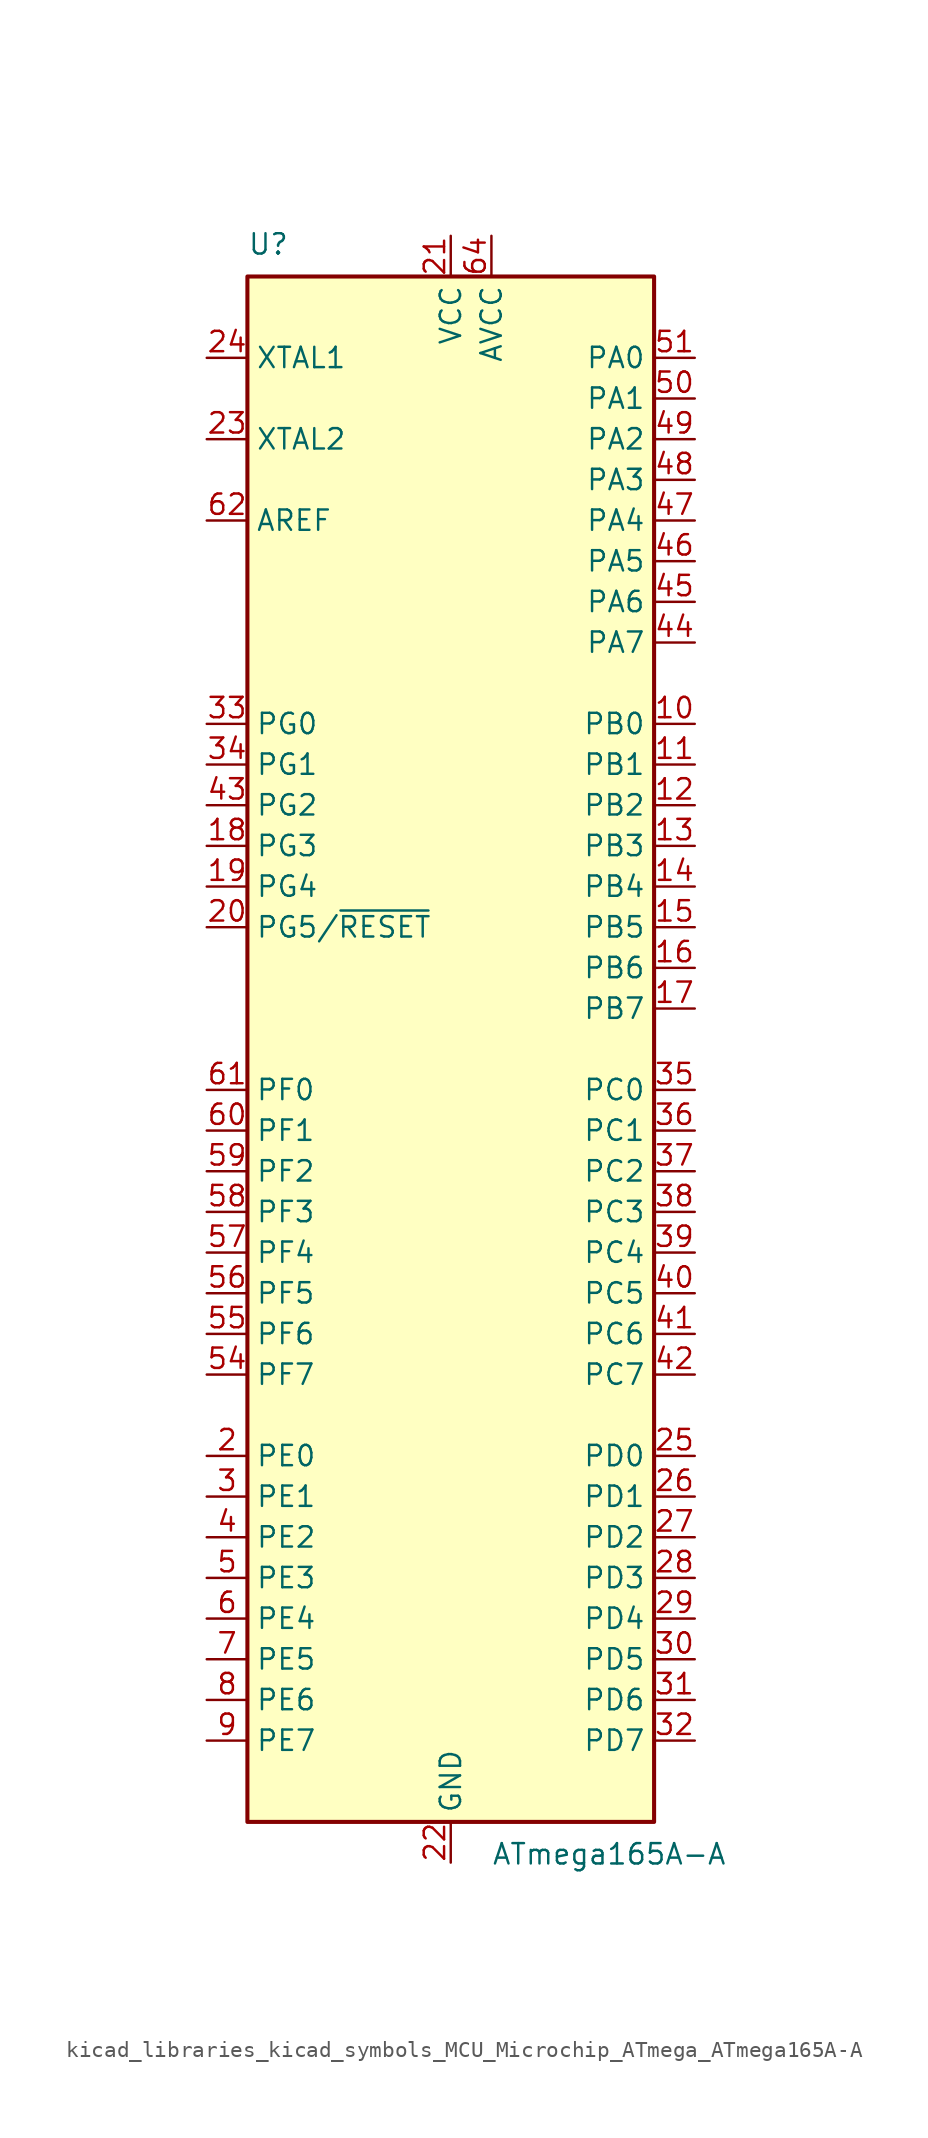
<source format=kicad_sym>
(kicad_symbol_lib
  (version 20220914)
  (generator kicad_symbol_editor)
  (symbol "kicad_libraries_kicad_symbols_MCU_Microchip_ATmega_ATmega165A-A"
    (property "Reference" "U"
      (at -12.7 49.53 0)
      (effects (font (size 1.27 1.27)) (justify left bottom)))
    (property "Value" "ATmega165A-A"
      (at 2.54 -49.53 0)
      (effects (font (size 1.27 1.27)) (justify left top)))
    (symbol "kicad_libraries_kicad_symbols_MCU_Microchip_ATmega_ATmega165A-A_0_1"
      (rectangle (start -12.7 -48.26) (end 12.7 48.26) (stroke (width 0.254) (type default)) (fill (type background))))
    (symbol "kicad_libraries_kicad_symbols_MCU_Microchip_ATmega_ATmega165A-A_1_1"
      (pin no_connect line (at -12.7 -45.72 0) (length 2.54) hide (name "NC" (effects (font (size 1.27 1.27)))) (number "1" (effects (font (size 1.27 1.27)))))
      (pin bidirectional line (at 15.24 20.32 180) (length 2.54) (name "PB0" (effects (font (size 1.27 1.27)))) (number "10" (effects (font (size 1.27 1.27)))))
      (pin bidirectional line (at 15.24 17.78 180) (length 2.54) (name "PB1" (effects (font (size 1.27 1.27)))) (number "11" (effects (font (size 1.27 1.27)))))
      (pin bidirectional line (at 15.24 15.24 180) (length 2.54) (name "PB2" (effects (font (size 1.27 1.27)))) (number "12" (effects (font (size 1.27 1.27)))))
      (pin bidirectional line (at 15.24 12.7 180) (length 2.54) (name "PB3" (effects (font (size 1.27 1.27)))) (number "13" (effects (font (size 1.27 1.27)))))
      (pin bidirectional line (at 15.24 10.16 180) (length 2.54) (name "PB4" (effects (font (size 1.27 1.27)))) (number "14" (effects (font (size 1.27 1.27)))))
      (pin bidirectional line (at 15.24 7.62 180) (length 2.54) (name "PB5" (effects (font (size 1.27 1.27)))) (number "15" (effects (font (size 1.27 1.27)))))
      (pin bidirectional line (at 15.24 5.08 180) (length 2.54) (name "PB6" (effects (font (size 1.27 1.27)))) (number "16" (effects (font (size 1.27 1.27)))))
      (pin bidirectional line (at 15.24 2.54 180) (length 2.54) (name "PB7" (effects (font (size 1.27 1.27)))) (number "17" (effects (font (size 1.27 1.27)))))
      (pin bidirectional line (at -15.24 12.7 0) (length 2.54) (name "PG3" (effects (font (size 1.27 1.27)))) (number "18" (effects (font (size 1.27 1.27)))))
      (pin bidirectional line (at -15.24 10.16 0) (length 2.54) (name "PG4" (effects (font (size 1.27 1.27)))) (number "19" (effects (font (size 1.27 1.27)))))
      (pin bidirectional line (at -15.24 -25.4 0) (length 2.54) (name "PE0" (effects (font (size 1.27 1.27)))) (number "2" (effects (font (size 1.27 1.27)))))
      (pin bidirectional line (at -15.24 7.62 0) (length 2.54) (name "PG5/~{RESET}" (effects (font (size 1.27 1.27)))) (number "20" (effects (font (size 1.27 1.27)))))
      (pin power_in line (at 0 50.8 270) (length 2.54) (name "VCC" (effects (font (size 1.27 1.27)))) (number "21" (effects (font (size 1.27 1.27)))))
      (pin power_in line (at 0 -50.8 90) (length 2.54) (name "GND" (effects (font (size 1.27 1.27)))) (number "22" (effects (font (size 1.27 1.27)))))
      (pin output line (at -15.24 38.1 0) (length 2.54) (name "XTAL2" (effects (font (size 1.27 1.27)))) (number "23" (effects (font (size 1.27 1.27)))))
      (pin input line (at -15.24 43.18 0) (length 2.54) (name "XTAL1" (effects (font (size 1.27 1.27)))) (number "24" (effects (font (size 1.27 1.27)))))
      (pin bidirectional line (at 15.24 -25.4 180) (length 2.54) (name "PD0" (effects (font (size 1.27 1.27)))) (number "25" (effects (font (size 1.27 1.27)))))
      (pin bidirectional line (at 15.24 -27.94 180) (length 2.54) (name "PD1" (effects (font (size 1.27 1.27)))) (number "26" (effects (font (size 1.27 1.27)))))
      (pin bidirectional line (at 15.24 -30.48 180) (length 2.54) (name "PD2" (effects (font (size 1.27 1.27)))) (number "27" (effects (font (size 1.27 1.27)))))
      (pin bidirectional line (at 15.24 -33.02 180) (length 2.54) (name "PD3" (effects (font (size 1.27 1.27)))) (number "28" (effects (font (size 1.27 1.27)))))
      (pin bidirectional line (at 15.24 -35.56 180) (length 2.54) (name "PD4" (effects (font (size 1.27 1.27)))) (number "29" (effects (font (size 1.27 1.27)))))
      (pin bidirectional line (at -15.24 -27.94 0) (length 2.54) (name "PE1" (effects (font (size 1.27 1.27)))) (number "3" (effects (font (size 1.27 1.27)))))
      (pin bidirectional line (at 15.24 -38.1 180) (length 2.54) (name "PD5" (effects (font (size 1.27 1.27)))) (number "30" (effects (font (size 1.27 1.27)))))
      (pin bidirectional line (at 15.24 -40.64 180) (length 2.54) (name "PD6" (effects (font (size 1.27 1.27)))) (number "31" (effects (font (size 1.27 1.27)))))
      (pin bidirectional line (at 15.24 -43.18 180) (length 2.54) (name "PD7" (effects (font (size 1.27 1.27)))) (number "32" (effects (font (size 1.27 1.27)))))
      (pin bidirectional line (at -15.24 20.32 0) (length 2.54) (name "PG0" (effects (font (size 1.27 1.27)))) (number "33" (effects (font (size 1.27 1.27)))))
      (pin bidirectional line (at -15.24 17.78 0) (length 2.54) (name "PG1" (effects (font (size 1.27 1.27)))) (number "34" (effects (font (size 1.27 1.27)))))
      (pin bidirectional line (at 15.24 -2.54 180) (length 2.54) (name "PC0" (effects (font (size 1.27 1.27)))) (number "35" (effects (font (size 1.27 1.27)))))
      (pin bidirectional line (at 15.24 -5.08 180) (length 2.54) (name "PC1" (effects (font (size 1.27 1.27)))) (number "36" (effects (font (size 1.27 1.27)))))
      (pin bidirectional line (at 15.24 -7.62 180) (length 2.54) (name "PC2" (effects (font (size 1.27 1.27)))) (number "37" (effects (font (size 1.27 1.27)))))
      (pin bidirectional line (at 15.24 -10.16 180) (length 2.54) (name "PC3" (effects (font (size 1.27 1.27)))) (number "38" (effects (font (size 1.27 1.27)))))
      (pin bidirectional line (at 15.24 -12.7 180) (length 2.54) (name "PC4" (effects (font (size 1.27 1.27)))) (number "39" (effects (font (size 1.27 1.27)))))
      (pin bidirectional line (at -15.24 -30.48 0) (length 2.54) (name "PE2" (effects (font (size 1.27 1.27)))) (number "4" (effects (font (size 1.27 1.27)))))
      (pin bidirectional line (at 15.24 -15.24 180) (length 2.54) (name "PC5" (effects (font (size 1.27 1.27)))) (number "40" (effects (font (size 1.27 1.27)))))
      (pin bidirectional line (at 15.24 -17.78 180) (length 2.54) (name "PC6" (effects (font (size 1.27 1.27)))) (number "41" (effects (font (size 1.27 1.27)))))
      (pin bidirectional line (at 15.24 -20.32 180) (length 2.54) (name "PC7" (effects (font (size 1.27 1.27)))) (number "42" (effects (font (size 1.27 1.27)))))
      (pin bidirectional line (at -15.24 15.24 0) (length 2.54) (name "PG2" (effects (font (size 1.27 1.27)))) (number "43" (effects (font (size 1.27 1.27)))))
      (pin bidirectional line (at 15.24 25.4 180) (length 2.54) (name "PA7" (effects (font (size 1.27 1.27)))) (number "44" (effects (font (size 1.27 1.27)))))
      (pin bidirectional line (at 15.24 27.94 180) (length 2.54) (name "PA6" (effects (font (size 1.27 1.27)))) (number "45" (effects (font (size 1.27 1.27)))))
      (pin bidirectional line (at 15.24 30.48 180) (length 2.54) (name "PA5" (effects (font (size 1.27 1.27)))) (number "46" (effects (font (size 1.27 1.27)))))
      (pin bidirectional line (at 15.24 33.02 180) (length 2.54) (name "PA4" (effects (font (size 1.27 1.27)))) (number "47" (effects (font (size 1.27 1.27)))))
      (pin bidirectional line (at 15.24 35.56 180) (length 2.54) (name "PA3" (effects (font (size 1.27 1.27)))) (number "48" (effects (font (size 1.27 1.27)))))
      (pin bidirectional line (at 15.24 38.1 180) (length 2.54) (name "PA2" (effects (font (size 1.27 1.27)))) (number "49" (effects (font (size 1.27 1.27)))))
      (pin bidirectional line (at -15.24 -33.02 0) (length 2.54) (name "PE3" (effects (font (size 1.27 1.27)))) (number "5" (effects (font (size 1.27 1.27)))))
      (pin bidirectional line (at 15.24 40.64 180) (length 2.54) (name "PA1" (effects (font (size 1.27 1.27)))) (number "50" (effects (font (size 1.27 1.27)))))
      (pin bidirectional line (at 15.24 43.18 180) (length 2.54) (name "PA0" (effects (font (size 1.27 1.27)))) (number "51" (effects (font (size 1.27 1.27)))))
      (pin passive line (at 0 50.8 270) (length 2.54) hide (name "VCC" (effects (font (size 1.27 1.27)))) (number "52" (effects (font (size 1.27 1.27)))))
      (pin passive line (at 0 -50.8 90) (length 2.54) hide (name "GND" (effects (font (size 1.27 1.27)))) (number "53" (effects (font (size 1.27 1.27)))))
      (pin bidirectional line (at -15.24 -20.32 0) (length 2.54) (name "PF7" (effects (font (size 1.27 1.27)))) (number "54" (effects (font (size 1.27 1.27)))))
      (pin bidirectional line (at -15.24 -17.78 0) (length 2.54) (name "PF6" (effects (font (size 1.27 1.27)))) (number "55" (effects (font (size 1.27 1.27)))))
      (pin bidirectional line (at -15.24 -15.24 0) (length 2.54) (name "PF5" (effects (font (size 1.27 1.27)))) (number "56" (effects (font (size 1.27 1.27)))))
      (pin bidirectional line (at -15.24 -12.7 0) (length 2.54) (name "PF4" (effects (font (size 1.27 1.27)))) (number "57" (effects (font (size 1.27 1.27)))))
      (pin bidirectional line (at -15.24 -10.16 0) (length 2.54) (name "PF3" (effects (font (size 1.27 1.27)))) (number "58" (effects (font (size 1.27 1.27)))))
      (pin bidirectional line (at -15.24 -7.62 0) (length 2.54) (name "PF2" (effects (font (size 1.27 1.27)))) (number "59" (effects (font (size 1.27 1.27)))))
      (pin bidirectional line (at -15.24 -35.56 0) (length 2.54) (name "PE4" (effects (font (size 1.27 1.27)))) (number "6" (effects (font (size 1.27 1.27)))))
      (pin bidirectional line (at -15.24 -5.08 0) (length 2.54) (name "PF1" (effects (font (size 1.27 1.27)))) (number "60" (effects (font (size 1.27 1.27)))))
      (pin bidirectional line (at -15.24 -2.54 0) (length 2.54) (name "PF0" (effects (font (size 1.27 1.27)))) (number "61" (effects (font (size 1.27 1.27)))))
      (pin passive line (at -15.24 33.02 0) (length 2.54) (name "AREF" (effects (font (size 1.27 1.27)))) (number "62" (effects (font (size 1.27 1.27)))))
      (pin passive line (at 0 -50.8 90) (length 2.54) hide (name "GND" (effects (font (size 1.27 1.27)))) (number "63" (effects (font (size 1.27 1.27)))))
      (pin power_in line (at 2.54 50.8 270) (length 2.54) (name "AVCC" (effects (font (size 1.27 1.27)))) (number "64" (effects (font (size 1.27 1.27)))))
      (pin bidirectional line (at -15.24 -38.1 0) (length 2.54) (name "PE5" (effects (font (size 1.27 1.27)))) (number "7" (effects (font (size 1.27 1.27)))))
      (pin bidirectional line (at -15.24 -40.64 0) (length 2.54) (name "PE6" (effects (font (size 1.27 1.27)))) (number "8" (effects (font (size 1.27 1.27)))))
      (pin bidirectional line (at -15.24 -43.18 0) (length 2.54) (name "PE7" (effects (font (size 1.27 1.27)))) (number "9" (effects (font (size 1.27 1.27))))))))
</source>
